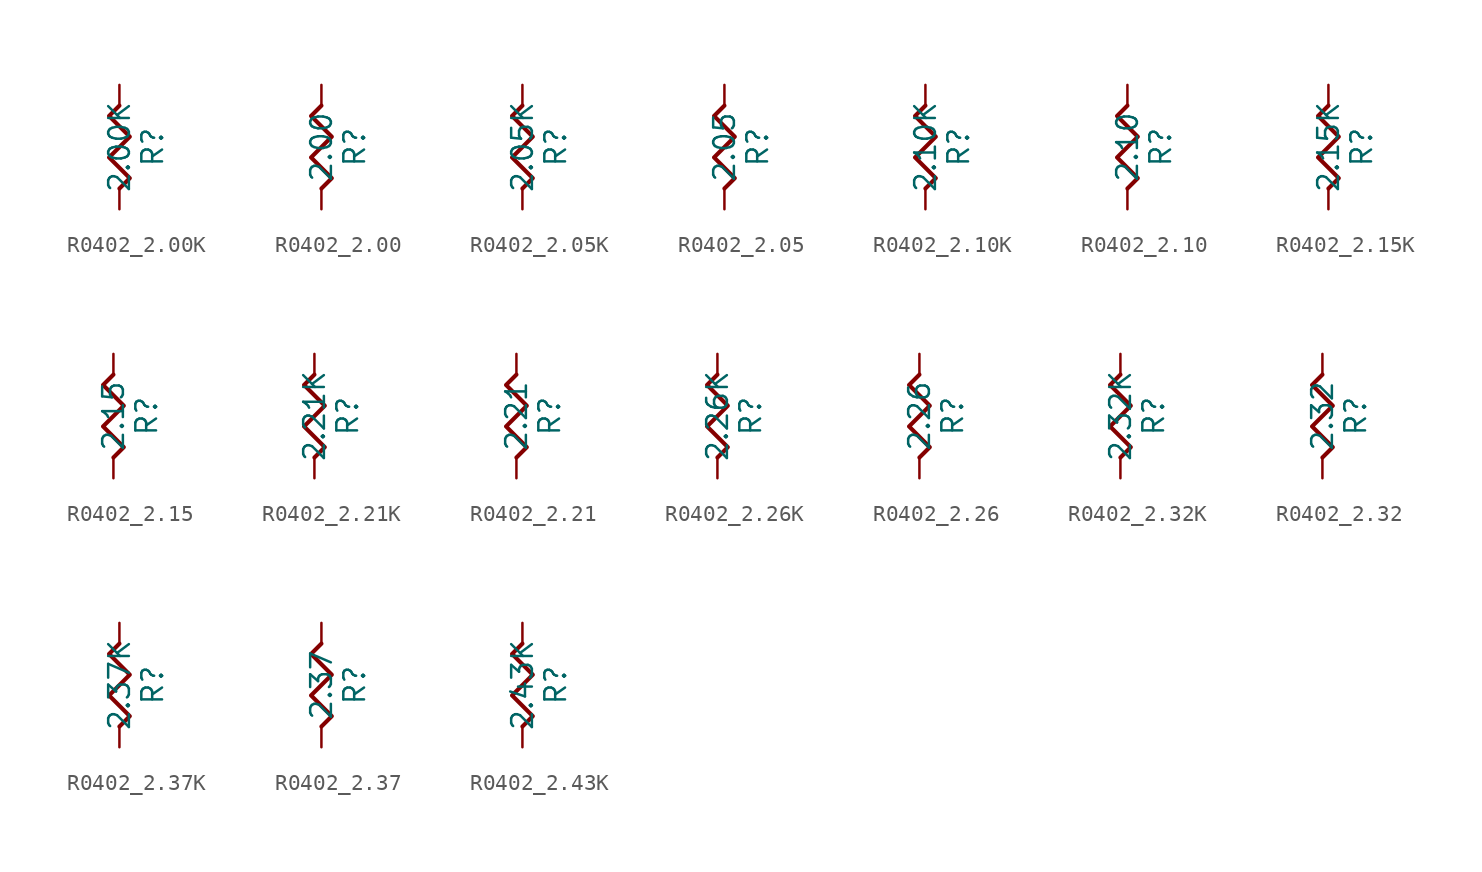
<source format=kicad_sym>
(kicad_symbol_lib
  (version 20211014)
  (generator atlantix-eda)
  (symbol "R0402_2.00K"
    (pin_numbers hide)
    (pin_names
      (offset 0))
    (property "Reference" "R"
      (at 2.032 0 90)
      (effects (font (size 1.27 1.27))))
    (property "Value" "2.00K"
      (at 0 0 90)
      (effects (font (size 1.27 1.27))))
    (symbol "R0402_2.00K_0_1"
      (polyline (pts (xy 0 -2.54) (xy 0.635 -1.905) (xy -0.635 -0.635) (xy 0.635 0.635) (xy -0.635 1.905) (xy 0 2.54)) (stroke (width 0.254) (type default) (color 0 0 0 0)) (fill (type none))))
    (symbol "R0402_2.00K_1_1"
      (pin passive line (at 0 3.81 270) (length 1.27) (name "~" (effects (font (size 1.27 1.27)))) (number "1" (effects (font (size 1.27 1.27)))))
      (pin passive line (at 0 -3.81 90) (length 1.27) (name "~" (effects (font (size 1.27 1.27)))) (number "2" (effects (font (size 1.27 1.27)))))))
  (symbol "R0402_2.00"
    (pin_numbers hide)
    (pin_names
      (offset 0))
    (property "Reference" "R"
      (at 2.032 0 90)
      (effects (font (size 1.27 1.27))))
    (property "Value" "2.00"
      (at 0 0 90)
      (effects (font (size 1.27 1.27))))
    (symbol "R0402_2.00_0_1"
      (polyline (pts (xy 0 -2.54) (xy 0.635 -1.905) (xy -0.635 -0.635) (xy 0.635 0.635) (xy -0.635 1.905) (xy 0 2.54)) (stroke (width 0.254) (type default) (color 0 0 0 0)) (fill (type none))))
    (symbol "R0402_2.00_1_1"
      (pin passive line (at 0 3.81 270) (length 1.27) (name "~" (effects (font (size 1.27 1.27)))) (number "1" (effects (font (size 1.27 1.27)))))
      (pin passive line (at 0 -3.81 90) (length 1.27) (name "~" (effects (font (size 1.27 1.27)))) (number "2" (effects (font (size 1.27 1.27)))))))
  (symbol "R0402_2.05K"
    (pin_numbers hide)
    (pin_names
      (offset 0))
    (property "Reference" "R"
      (at 2.032 0 90)
      (effects (font (size 1.27 1.27))))
    (property "Value" "2.05K"
      (at 0 0 90)
      (effects (font (size 1.27 1.27))))
    (symbol "R0402_2.05K_0_1"
      (polyline (pts (xy 0 -2.54) (xy 0.635 -1.905) (xy -0.635 -0.635) (xy 0.635 0.635) (xy -0.635 1.905) (xy 0 2.54)) (stroke (width 0.254) (type default) (color 0 0 0 0)) (fill (type none))))
    (symbol "R0402_2.05K_1_1"
      (pin passive line (at 0 3.81 270) (length 1.27) (name "~" (effects (font (size 1.27 1.27)))) (number "1" (effects (font (size 1.27 1.27)))))
      (pin passive line (at 0 -3.81 90) (length 1.27) (name "~" (effects (font (size 1.27 1.27)))) (number "2" (effects (font (size 1.27 1.27)))))))
  (symbol "R0402_2.05"
    (pin_numbers hide)
    (pin_names
      (offset 0))
    (property "Reference" "R"
      (at 2.032 0 90)
      (effects (font (size 1.27 1.27))))
    (property "Value" "2.05"
      (at 0 0 90)
      (effects (font (size 1.27 1.27))))
    (symbol "R0402_2.05_0_1"
      (polyline (pts (xy 0 -2.54) (xy 0.635 -1.905) (xy -0.635 -0.635) (xy 0.635 0.635) (xy -0.635 1.905) (xy 0 2.54)) (stroke (width 0.254) (type default) (color 0 0 0 0)) (fill (type none))))
    (symbol "R0402_2.05_1_1"
      (pin passive line (at 0 3.81 270) (length 1.27) (name "~" (effects (font (size 1.27 1.27)))) (number "1" (effects (font (size 1.27 1.27)))))
      (pin passive line (at 0 -3.81 90) (length 1.27) (name "~" (effects (font (size 1.27 1.27)))) (number "2" (effects (font (size 1.27 1.27)))))))
  (symbol "R0402_2.10K"
    (pin_numbers hide)
    (pin_names
      (offset 0))
    (property "Reference" "R"
      (at 2.032 0 90)
      (effects (font (size 1.27 1.27))))
    (property "Value" "2.10K"
      (at 0 0 90)
      (effects (font (size 1.27 1.27))))
    (symbol "R0402_2.10K_0_1"
      (polyline (pts (xy 0 -2.54) (xy 0.635 -1.905) (xy -0.635 -0.635) (xy 0.635 0.635) (xy -0.635 1.905) (xy 0 2.54)) (stroke (width 0.254) (type default) (color 0 0 0 0)) (fill (type none))))
    (symbol "R0402_2.10K_1_1"
      (pin passive line (at 0 3.81 270) (length 1.27) (name "~" (effects (font (size 1.27 1.27)))) (number "1" (effects (font (size 1.27 1.27)))))
      (pin passive line (at 0 -3.81 90) (length 1.27) (name "~" (effects (font (size 1.27 1.27)))) (number "2" (effects (font (size 1.27 1.27)))))))
  (symbol "R0402_2.10"
    (pin_numbers hide)
    (pin_names
      (offset 0))
    (property "Reference" "R"
      (at 2.032 0 90)
      (effects (font (size 1.27 1.27))))
    (property "Value" "2.10"
      (at 0 0 90)
      (effects (font (size 1.27 1.27))))
    (symbol "R0402_2.10_0_1"
      (polyline (pts (xy 0 -2.54) (xy 0.635 -1.905) (xy -0.635 -0.635) (xy 0.635 0.635) (xy -0.635 1.905) (xy 0 2.54)) (stroke (width 0.254) (type default) (color 0 0 0 0)) (fill (type none))))
    (symbol "R0402_2.10_1_1"
      (pin passive line (at 0 3.81 270) (length 1.27) (name "~" (effects (font (size 1.27 1.27)))) (number "1" (effects (font (size 1.27 1.27)))))
      (pin passive line (at 0 -3.81 90) (length 1.27) (name "~" (effects (font (size 1.27 1.27)))) (number "2" (effects (font (size 1.27 1.27)))))))
  (symbol "R0402_2.15K"
    (pin_numbers hide)
    (pin_names
      (offset 0))
    (property "Reference" "R"
      (at 2.032 0 90)
      (effects (font (size 1.27 1.27))))
    (property "Value" "2.15K"
      (at 0 0 90)
      (effects (font (size 1.27 1.27))))
    (symbol "R0402_2.15K_0_1"
      (polyline (pts (xy 0 -2.54) (xy 0.635 -1.905) (xy -0.635 -0.635) (xy 0.635 0.635) (xy -0.635 1.905) (xy 0 2.54)) (stroke (width 0.254) (type default) (color 0 0 0 0)) (fill (type none))))
    (symbol "R0402_2.15K_1_1"
      (pin passive line (at 0 3.81 270) (length 1.27) (name "~" (effects (font (size 1.27 1.27)))) (number "1" (effects (font (size 1.27 1.27)))))
      (pin passive line (at 0 -3.81 90) (length 1.27) (name "~" (effects (font (size 1.27 1.27)))) (number "2" (effects (font (size 1.27 1.27)))))))
  (symbol "R0402_2.15"
    (pin_numbers hide)
    (pin_names
      (offset 0))
    (property "Reference" "R"
      (at 2.032 0 90)
      (effects (font (size 1.27 1.27))))
    (property "Value" "2.15"
      (at 0 0 90)
      (effects (font (size 1.27 1.27))))
    (symbol "R0402_2.15_0_1"
      (polyline (pts (xy 0 -2.54) (xy 0.635 -1.905) (xy -0.635 -0.635) (xy 0.635 0.635) (xy -0.635 1.905) (xy 0 2.54)) (stroke (width 0.254) (type default) (color 0 0 0 0)) (fill (type none))))
    (symbol "R0402_2.15_1_1"
      (pin passive line (at 0 3.81 270) (length 1.27) (name "~" (effects (font (size 1.27 1.27)))) (number "1" (effects (font (size 1.27 1.27)))))
      (pin passive line (at 0 -3.81 90) (length 1.27) (name "~" (effects (font (size 1.27 1.27)))) (number "2" (effects (font (size 1.27 1.27)))))))
  (symbol "R0402_2.21K"
    (pin_numbers hide)
    (pin_names
      (offset 0))
    (property "Reference" "R"
      (at 2.032 0 90)
      (effects (font (size 1.27 1.27))))
    (property "Value" "2.21K"
      (at 0 0 90)
      (effects (font (size 1.27 1.27))))
    (symbol "R0402_2.21K_0_1"
      (polyline (pts (xy 0 -2.54) (xy 0.635 -1.905) (xy -0.635 -0.635) (xy 0.635 0.635) (xy -0.635 1.905) (xy 0 2.54)) (stroke (width 0.254) (type default) (color 0 0 0 0)) (fill (type none))))
    (symbol "R0402_2.21K_1_1"
      (pin passive line (at 0 3.81 270) (length 1.27) (name "~" (effects (font (size 1.27 1.27)))) (number "1" (effects (font (size 1.27 1.27)))))
      (pin passive line (at 0 -3.81 90) (length 1.27) (name "~" (effects (font (size 1.27 1.27)))) (number "2" (effects (font (size 1.27 1.27)))))))
  (symbol "R0402_2.21"
    (pin_numbers hide)
    (pin_names
      (offset 0))
    (property "Reference" "R"
      (at 2.032 0 90)
      (effects (font (size 1.27 1.27))))
    (property "Value" "2.21"
      (at 0 0 90)
      (effects (font (size 1.27 1.27))))
    (symbol "R0402_2.21_0_1"
      (polyline (pts (xy 0 -2.54) (xy 0.635 -1.905) (xy -0.635 -0.635) (xy 0.635 0.635) (xy -0.635 1.905) (xy 0 2.54)) (stroke (width 0.254) (type default) (color 0 0 0 0)) (fill (type none))))
    (symbol "R0402_2.21_1_1"
      (pin passive line (at 0 3.81 270) (length 1.27) (name "~" (effects (font (size 1.27 1.27)))) (number "1" (effects (font (size 1.27 1.27)))))
      (pin passive line (at 0 -3.81 90) (length 1.27) (name "~" (effects (font (size 1.27 1.27)))) (number "2" (effects (font (size 1.27 1.27)))))))
  (symbol "R0402_2.26K"
    (pin_numbers hide)
    (pin_names
      (offset 0))
    (property "Reference" "R"
      (at 2.032 0 90)
      (effects (font (size 1.27 1.27))))
    (property "Value" "2.26K"
      (at 0 0 90)
      (effects (font (size 1.27 1.27))))
    (symbol "R0402_2.26K_0_1"
      (polyline (pts (xy 0 -2.54) (xy 0.635 -1.905) (xy -0.635 -0.635) (xy 0.635 0.635) (xy -0.635 1.905) (xy 0 2.54)) (stroke (width 0.254) (type default) (color 0 0 0 0)) (fill (type none))))
    (symbol "R0402_2.26K_1_1"
      (pin passive line (at 0 3.81 270) (length 1.27) (name "~" (effects (font (size 1.27 1.27)))) (number "1" (effects (font (size 1.27 1.27)))))
      (pin passive line (at 0 -3.81 90) (length 1.27) (name "~" (effects (font (size 1.27 1.27)))) (number "2" (effects (font (size 1.27 1.27)))))))
  (symbol "R0402_2.26"
    (pin_numbers hide)
    (pin_names
      (offset 0))
    (property "Reference" "R"
      (at 2.032 0 90)
      (effects (font (size 1.27 1.27))))
    (property "Value" "2.26"
      (at 0 0 90)
      (effects (font (size 1.27 1.27))))
    (symbol "R0402_2.26_0_1"
      (polyline (pts (xy 0 -2.54) (xy 0.635 -1.905) (xy -0.635 -0.635) (xy 0.635 0.635) (xy -0.635 1.905) (xy 0 2.54)) (stroke (width 0.254) (type default) (color 0 0 0 0)) (fill (type none))))
    (symbol "R0402_2.26_1_1"
      (pin passive line (at 0 3.81 270) (length 1.27) (name "~" (effects (font (size 1.27 1.27)))) (number "1" (effects (font (size 1.27 1.27)))))
      (pin passive line (at 0 -3.81 90) (length 1.27) (name "~" (effects (font (size 1.27 1.27)))) (number "2" (effects (font (size 1.27 1.27)))))))
  (symbol "R0402_2.32K"
    (pin_numbers hide)
    (pin_names
      (offset 0))
    (property "Reference" "R"
      (at 2.032 0 90)
      (effects (font (size 1.27 1.27))))
    (property "Value" "2.32K"
      (at 0 0 90)
      (effects (font (size 1.27 1.27))))
    (symbol "R0402_2.32K_0_1"
      (polyline (pts (xy 0 -2.54) (xy 0.635 -1.905) (xy -0.635 -0.635) (xy 0.635 0.635) (xy -0.635 1.905) (xy 0 2.54)) (stroke (width 0.254) (type default) (color 0 0 0 0)) (fill (type none))))
    (symbol "R0402_2.32K_1_1"
      (pin passive line (at 0 3.81 270) (length 1.27) (name "~" (effects (font (size 1.27 1.27)))) (number "1" (effects (font (size 1.27 1.27)))))
      (pin passive line (at 0 -3.81 90) (length 1.27) (name "~" (effects (font (size 1.27 1.27)))) (number "2" (effects (font (size 1.27 1.27)))))))
  (symbol "R0402_2.32"
    (pin_numbers hide)
    (pin_names
      (offset 0))
    (property "Reference" "R"
      (at 2.032 0 90)
      (effects (font (size 1.27 1.27))))
    (property "Value" "2.32"
      (at 0 0 90)
      (effects (font (size 1.27 1.27))))
    (symbol "R0402_2.32_0_1"
      (polyline (pts (xy 0 -2.54) (xy 0.635 -1.905) (xy -0.635 -0.635) (xy 0.635 0.635) (xy -0.635 1.905) (xy 0 2.54)) (stroke (width 0.254) (type default) (color 0 0 0 0)) (fill (type none))))
    (symbol "R0402_2.32_1_1"
      (pin passive line (at 0 3.81 270) (length 1.27) (name "~" (effects (font (size 1.27 1.27)))) (number "1" (effects (font (size 1.27 1.27)))))
      (pin passive line (at 0 -3.81 90) (length 1.27) (name "~" (effects (font (size 1.27 1.27)))) (number "2" (effects (font (size 1.27 1.27)))))))
  (symbol "R0402_2.37K"
    (pin_numbers hide)
    (pin_names
      (offset 0))
    (property "Reference" "R"
      (at 2.032 0 90)
      (effects (font (size 1.27 1.27))))
    (property "Value" "2.37K"
      (at 0 0 90)
      (effects (font (size 1.27 1.27))))
    (symbol "R0402_2.37K_0_1"
      (polyline (pts (xy 0 -2.54) (xy 0.635 -1.905) (xy -0.635 -0.635) (xy 0.635 0.635) (xy -0.635 1.905) (xy 0 2.54)) (stroke (width 0.254) (type default) (color 0 0 0 0)) (fill (type none))))
    (symbol "R0402_2.37K_1_1"
      (pin passive line (at 0 3.81 270) (length 1.27) (name "~" (effects (font (size 1.27 1.27)))) (number "1" (effects (font (size 1.27 1.27)))))
      (pin passive line (at 0 -3.81 90) (length 1.27) (name "~" (effects (font (size 1.27 1.27)))) (number "2" (effects (font (size 1.27 1.27)))))))
  (symbol "R0402_2.37"
    (pin_numbers hide)
    (pin_names
      (offset 0))
    (property "Reference" "R"
      (at 2.032 0 90)
      (effects (font (size 1.27 1.27))))
    (property "Value" "2.37"
      (at 0 0 90)
      (effects (font (size 1.27 1.27))))
    (symbol "R0402_2.37_0_1"
      (polyline (pts (xy 0 -2.54) (xy 0.635 -1.905) (xy -0.635 -0.635) (xy 0.635 0.635) (xy -0.635 1.905) (xy 0 2.54)) (stroke (width 0.254) (type default) (color 0 0 0 0)) (fill (type none))))
    (symbol "R0402_2.37_1_1"
      (pin passive line (at 0 3.81 270) (length 1.27) (name "~" (effects (font (size 1.27 1.27)))) (number "1" (effects (font (size 1.27 1.27)))))
      (pin passive line (at 0 -3.81 90) (length 1.27) (name "~" (effects (font (size 1.27 1.27)))) (number "2" (effects (font (size 1.27 1.27)))))))
  (symbol "R0402_2.43K"
    (pin_numbers hide)
    (pin_names
      (offset 0))
    (property "Reference" "R"
      (at 2.032 0 90)
      (effects (font (size 1.27 1.27))))
    (property "Value" "2.43K"
      (at 0 0 90)
      (effects (font (size 1.27 1.27))))
    (symbol "R0402_2.43K_0_1"
      (polyline (pts (xy 0 -2.54) (xy 0.635 -1.905) (xy -0.635 -0.635) (xy 0.635 0.635) (xy -0.635 1.905) (xy 0 2.54)) (stroke (width 0.254) (type default) (color 0 0 0 0)) (fill (type none))))
    (symbol "R0402_2.43K_1_1"
      (pin passive line (at 0 3.81 270) (length 1.27) (name "~" (effects (font (size 1.27 1.27)))) (number "1" (effects (font (size 1.27 1.27)))))
      (pin passive line (at 0 -3.81 90) (length 1.27) (name "~" (effects (font (size 1.27 1.27)))) (number "2" (effects (font (size 1.27 1.27))))))))
</source>
